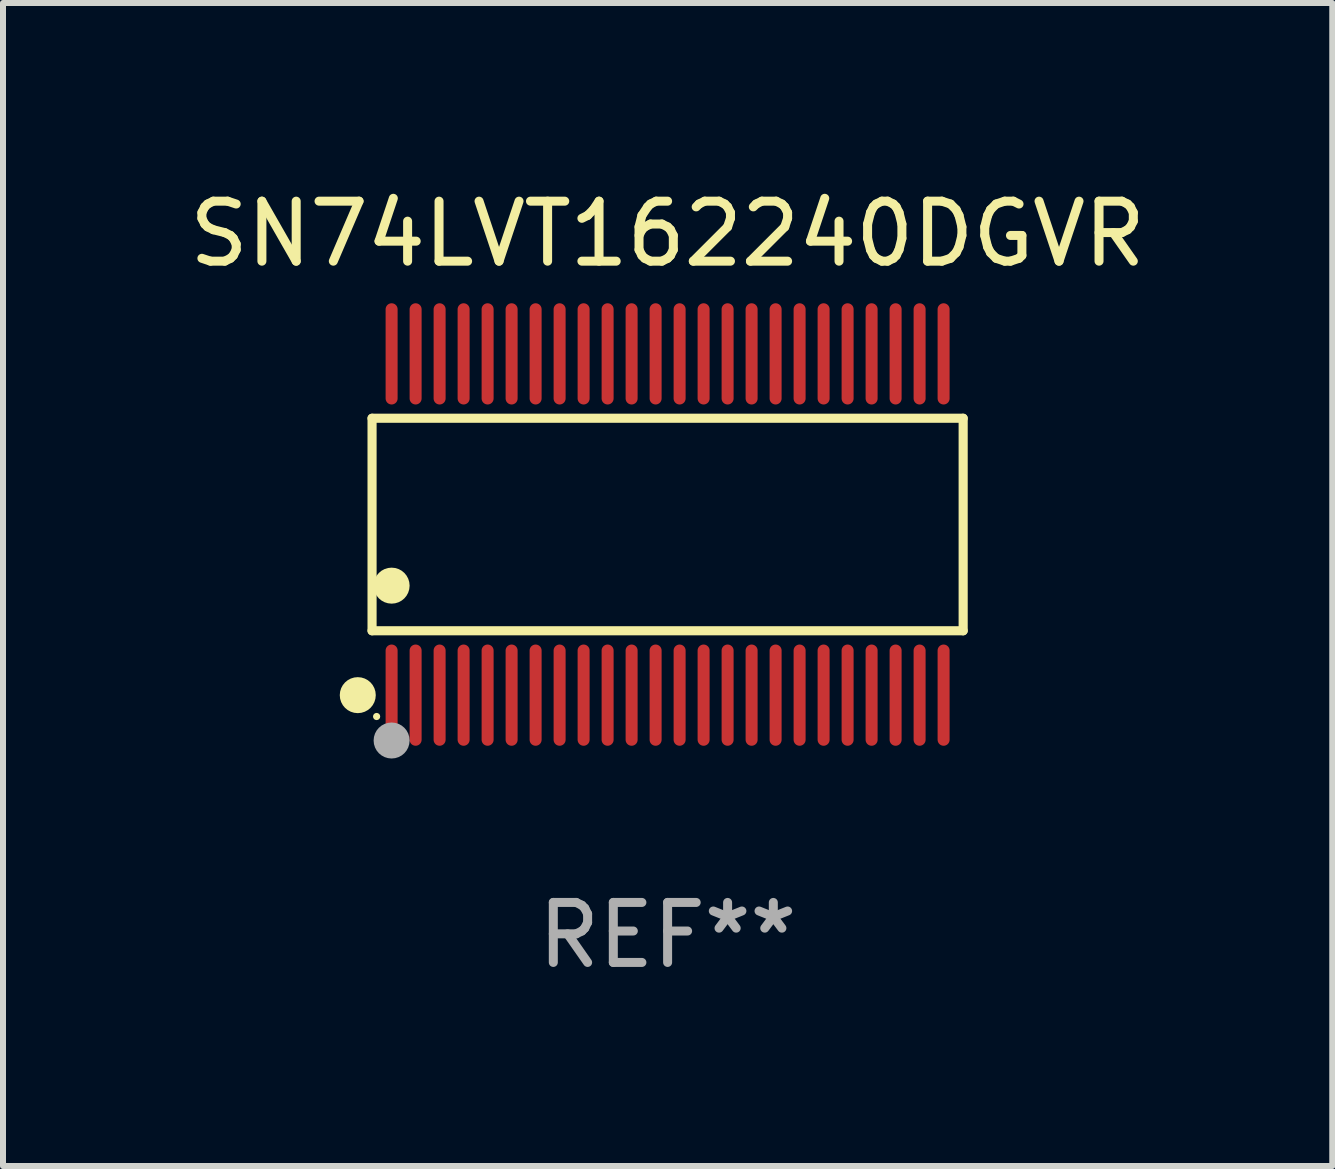
<source format=kicad_pcb>
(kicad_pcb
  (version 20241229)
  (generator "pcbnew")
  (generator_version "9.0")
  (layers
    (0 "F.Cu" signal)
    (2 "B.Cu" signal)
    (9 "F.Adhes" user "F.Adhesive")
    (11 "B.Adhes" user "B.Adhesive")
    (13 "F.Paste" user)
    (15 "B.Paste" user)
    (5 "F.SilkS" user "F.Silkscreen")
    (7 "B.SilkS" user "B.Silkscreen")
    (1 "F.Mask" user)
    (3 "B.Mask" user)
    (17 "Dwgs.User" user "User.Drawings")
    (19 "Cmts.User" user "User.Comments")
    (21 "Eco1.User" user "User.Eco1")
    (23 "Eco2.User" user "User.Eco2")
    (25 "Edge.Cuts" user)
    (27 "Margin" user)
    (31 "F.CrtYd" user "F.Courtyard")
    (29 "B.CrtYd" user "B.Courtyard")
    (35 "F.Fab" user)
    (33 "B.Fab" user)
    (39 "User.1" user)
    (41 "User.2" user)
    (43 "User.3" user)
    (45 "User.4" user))
  (footprint "SN74LVT162240DGVR"
    (layer "F.Cu")
    (at 8.077 5.692)
    (property "Reference" "SN74LVT162240DGVR" (at 0 -4.844 0) (layer "F.SilkS") (effects (font (size 1 1) (thickness 0.15))))
    (attr through_hole)
    (fp_line (start -4.926 -1.771) (end 4.926 -1.771) (stroke (width 0.152) (type solid)) (layer "F.SilkS"))
    (fp_line (start -4.926 1.771) (end -4.926 -1.771) (stroke (width 0.152) (type solid)) (layer "F.SilkS"))
    (fp_line (start 4.926 -1.771) (end 4.926 1.771) (stroke (width 0.152) (type solid)) (layer "F.SilkS"))
    (fp_line (start 4.926 1.771) (end -4.926 1.771) (stroke (width 0.152) (type solid)) (layer "F.SilkS"))
    (fp_circle (center -5.164 2.844) (end -5.014 2.844) (stroke (width 0.3) (type solid)) (fill no) (layer "F.SilkS"))
    (fp_circle (center -4.85 3.2) (end -4.82 3.2) (stroke (width 0.06) (type solid)) (fill no) (layer "F.SilkS"))
    (fp_circle (center -4.6 1.019) (end -4.45 1.019) (stroke (width 0.3) (type solid)) (fill no) (layer "F.SilkS"))
    (fp_circle (center -4.6 3.6) (end -4.45 3.6) (stroke (width 0.3) (type solid)) (fill no) (layer "F.Fab"))
    (fp_text user "REF**" (at 0 6.844 0) (layer "F.Fab") (effects (font (size 1 1) (thickness 0.15))))
    (pad "1" smd oval (at -4.6 2.844) (size 0.2 1.687) (layers "F.Cu" "F.Mask" "F.Paste"))
    (pad "2" smd oval (at -4.2 2.844) (size 0.2 1.687) (layers "F.Cu" "F.Mask" "F.Paste"))
    (pad "3" smd oval (at -3.8 2.844) (size 0.2 1.687) (layers "F.Cu" "F.Mask" "F.Paste"))
    (pad "4" smd oval (at -3.4 2.844) (size 0.2 1.687) (layers "F.Cu" "F.Mask" "F.Paste"))
    (pad "5" smd oval (at -3 2.844) (size 0.2 1.687) (layers "F.Cu" "F.Mask" "F.Paste"))
    (pad "6" smd oval (at -2.6 2.844) (size 0.2 1.687) (layers "F.Cu" "F.Mask" "F.Paste"))
    (pad "7" smd oval (at -2.2 2.844) (size 0.2 1.687) (layers "F.Cu" "F.Mask" "F.Paste"))
    (pad "8" smd oval (at -1.8 2.844) (size 0.2 1.687) (layers "F.Cu" "F.Mask" "F.Paste"))
    (pad "9" smd oval (at -1.4 2.844) (size 0.2 1.687) (layers "F.Cu" "F.Mask" "F.Paste"))
    (pad "10" smd oval (at -1 2.844) (size 0.2 1.687) (layers "F.Cu" "F.Mask" "F.Paste"))
    (pad "11" smd oval (at -0.6 2.844) (size 0.2 1.687) (layers "F.Cu" "F.Mask" "F.Paste"))
    (pad "12" smd oval (at -0.2 2.844) (size 0.2 1.687) (layers "F.Cu" "F.Mask" "F.Paste"))
    (pad "13" smd oval (at 0.2 2.844) (size 0.2 1.687) (layers "F.Cu" "F.Mask" "F.Paste"))
    (pad "14" smd oval (at 0.6 2.844) (size 0.2 1.687) (layers "F.Cu" "F.Mask" "F.Paste"))
    (pad "15" smd oval (at 1 2.844) (size 0.2 1.687) (layers "F.Cu" "F.Mask" "F.Paste"))
    (pad "16" smd oval (at 1.4 2.844) (size 0.2 1.687) (layers "F.Cu" "F.Mask" "F.Paste"))
    (pad "17" smd oval (at 1.8 2.844) (size 0.2 1.687) (layers "F.Cu" "F.Mask" "F.Paste"))
    (pad "18" smd oval (at 2.2 2.844) (size 0.2 1.687) (layers "F.Cu" "F.Mask" "F.Paste"))
    (pad "19" smd oval (at 2.6 2.844) (size 0.2 1.687) (layers "F.Cu" "F.Mask" "F.Paste"))
    (pad "20" smd oval (at 3 2.844) (size 0.2 1.687) (layers "F.Cu" "F.Mask" "F.Paste"))
    (pad "21" smd oval (at 3.4 2.844) (size 0.2 1.687) (layers "F.Cu" "F.Mask" "F.Paste"))
    (pad "22" smd oval (at 3.8 2.844) (size 0.2 1.687) (layers "F.Cu" "F.Mask" "F.Paste"))
    (pad "23" smd oval (at 4.2 2.844) (size 0.2 1.687) (layers "F.Cu" "F.Mask" "F.Paste"))
    (pad "24" smd oval (at 4.6 2.844) (size 0.2 1.687) (layers "F.Cu" "F.Mask" "F.Paste"))
    (pad "25" smd oval (at 4.6 -2.844) (size 0.2 1.687) (layers "F.Cu" "F.Mask" "F.Paste"))
    (pad "26" smd oval (at 4.2 -2.844) (size 0.2 1.687) (layers "F.Cu" "F.Mask" "F.Paste"))
    (pad "27" smd oval (at 3.8 -2.844) (size 0.2 1.687) (layers "F.Cu" "F.Mask" "F.Paste"))
    (pad "28" smd oval (at 3.4 -2.844) (size 0.2 1.687) (layers "F.Cu" "F.Mask" "F.Paste"))
    (pad "29" smd oval (at 3 -2.844) (size 0.2 1.687) (layers "F.Cu" "F.Mask" "F.Paste"))
    (pad "30" smd oval (at 2.6 -2.844) (size 0.2 1.687) (layers "F.Cu" "F.Mask" "F.Paste"))
    (pad "31" smd oval (at 2.2 -2.844) (size 0.2 1.687) (layers "F.Cu" "F.Mask" "F.Paste"))
    (pad "32" smd oval (at 1.8 -2.844) (size 0.2 1.687) (layers "F.Cu" "F.Mask" "F.Paste"))
    (pad "33" smd oval (at 1.4 -2.844) (size 0.2 1.687) (layers "F.Cu" "F.Mask" "F.Paste"))
    (pad "34" smd oval (at 1 -2.844) (size 0.2 1.687) (layers "F.Cu" "F.Mask" "F.Paste"))
    (pad "35" smd oval (at 0.6 -2.844) (size 0.2 1.687) (layers "F.Cu" "F.Mask" "F.Paste"))
    (pad "36" smd oval (at 0.2 -2.844) (size 0.2 1.687) (layers "F.Cu" "F.Mask" "F.Paste"))
    (pad "37" smd oval (at -0.2 -2.844) (size 0.2 1.687) (layers "F.Cu" "F.Mask" "F.Paste"))
    (pad "38" smd oval (at -0.6 -2.844) (size 0.2 1.687) (layers "F.Cu" "F.Mask" "F.Paste"))
    (pad "39" smd oval (at -1 -2.844) (size 0.2 1.687) (layers "F.Cu" "F.Mask" "F.Paste"))
    (pad "40" smd oval (at -1.4 -2.844) (size 0.2 1.687) (layers "F.Cu" "F.Mask" "F.Paste"))
    (pad "41" smd oval (at -1.8 -2.844) (size 0.2 1.687) (layers "F.Cu" "F.Mask" "F.Paste"))
    (pad "42" smd oval (at -2.2 -2.844) (size 0.2 1.687) (layers "F.Cu" "F.Mask" "F.Paste"))
    (pad "43" smd oval (at -2.6 -2.844) (size 0.2 1.687) (layers "F.Cu" "F.Mask" "F.Paste"))
    (pad "44" smd oval (at -3 -2.844) (size 0.2 1.687) (layers "F.Cu" "F.Mask" "F.Paste"))
    (pad "45" smd oval (at -3.4 -2.844) (size 0.2 1.687) (layers "F.Cu" "F.Mask" "F.Paste"))
    (pad "46" smd oval (at -3.8 -2.844) (size 0.2 1.687) (layers "F.Cu" "F.Mask" "F.Paste"))
    (pad "47" smd oval (at -4.2 -2.844) (size 0.2 1.687) (layers "F.Cu" "F.Mask" "F.Paste"))
    (pad "48" smd oval (at -4.6 -2.844) (size 0.2 1.687) (layers "F.Cu" "F.Mask" "F.Paste")))
  (gr_rect
    (start -3 -3)
    (end 19.155 16.384)
    (stroke (width 0.1) (type default))
    (fill no)
    (layer "Edge.Cuts")))
</source>
